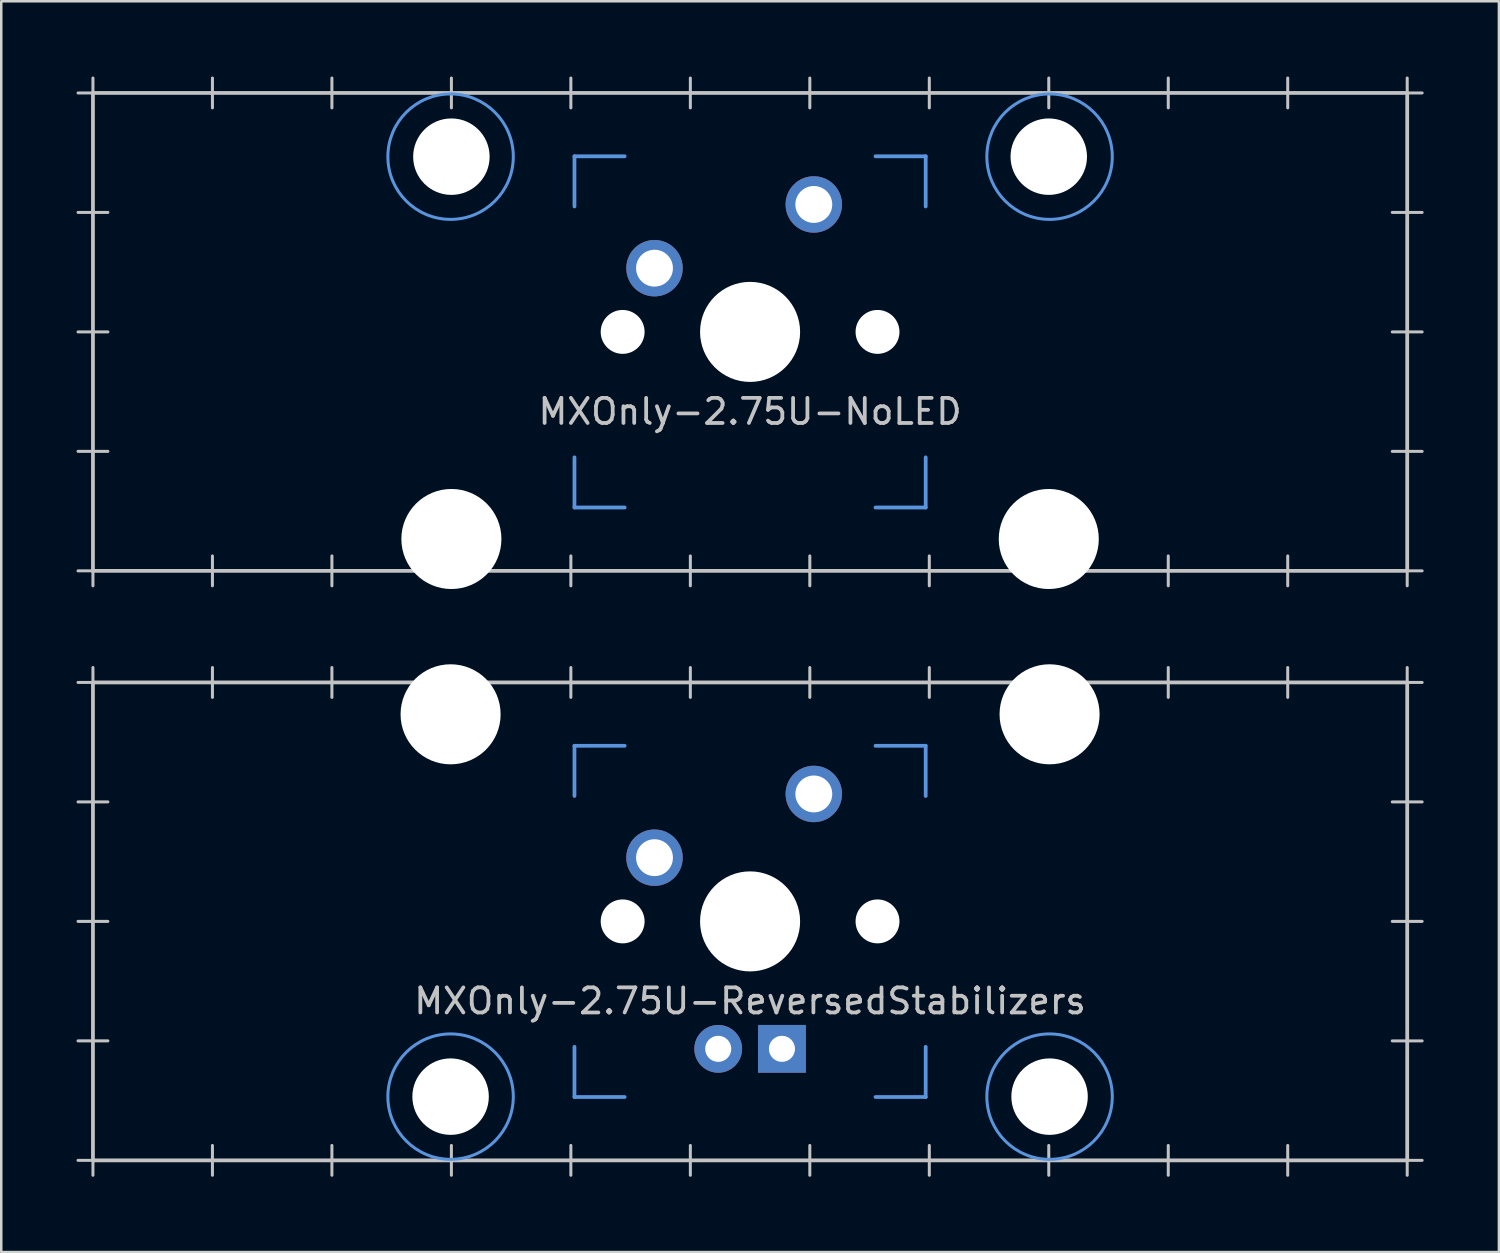
<source format=kicad_pcb>
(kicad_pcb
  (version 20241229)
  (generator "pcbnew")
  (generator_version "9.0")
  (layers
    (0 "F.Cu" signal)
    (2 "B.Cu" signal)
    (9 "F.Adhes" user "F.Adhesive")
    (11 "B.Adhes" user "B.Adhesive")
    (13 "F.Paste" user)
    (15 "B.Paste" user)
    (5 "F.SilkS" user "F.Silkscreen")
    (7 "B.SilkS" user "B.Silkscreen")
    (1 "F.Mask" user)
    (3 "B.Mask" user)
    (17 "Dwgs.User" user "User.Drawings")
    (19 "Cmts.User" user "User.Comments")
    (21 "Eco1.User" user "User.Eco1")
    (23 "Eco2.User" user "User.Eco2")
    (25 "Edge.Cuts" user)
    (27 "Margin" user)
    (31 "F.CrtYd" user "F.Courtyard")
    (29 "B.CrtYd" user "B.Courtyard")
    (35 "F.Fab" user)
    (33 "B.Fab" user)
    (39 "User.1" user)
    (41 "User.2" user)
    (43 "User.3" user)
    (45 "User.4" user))
  (footprint "MXOnly-2.75U-ReversedStabilizers"
    (layer "F.Cu")
    (at 26.849 33.678)
    (property "Reference" "MXOnly-2.75U-ReversedStabilizers" (at 0 3.175 0) (layer "Dwgs.User") (effects (font (size 1 1) (thickness 0.15))))
    (attr through_hole)
    (fp_line (start -26.789 -9.525) (end -26.194 -9.525) (stroke (width 0.12) (type solid)) (layer "Dwgs.User"))
    (fp_line (start -26.789 -0.000008) (end -25.598 -0.000008) (stroke (width 0.12) (type solid)) (layer "Dwgs.User"))
    (fp_line (start -26.789 4.762) (end -25.598 4.762) (stroke (width 0.12) (type solid)) (layer "Dwgs.User"))
    (fp_line (start -26.789 9.525) (end -26.194 9.525) (stroke (width 0.12) (type solid)) (layer "Dwgs.User"))
    (fp_line (start -26.194 10.12) (end -26.194 9.525) (stroke (width 0.12) (type solid)) (layer "Dwgs.User"))
    (fp_line (start -26.194 -10.12) (end -26.194 -9.525) (stroke (width 0.12) (type solid)) (layer "Dwgs.User"))
    (fp_line (start -26.194 -9.525) (end 26.194 -9.525) (stroke (width 0.15) (type solid)) (layer "Dwgs.User"))
    (fp_line (start -26.194 9.525) (end -26.194 -9.525) (stroke (width 0.15) (type solid)) (layer "Dwgs.User"))
    (fp_line (start -26.194 9.525) (end 26.194 9.525) (stroke (width 0.15) (type solid)) (layer "Dwgs.User"))
    (fp_line (start -25.598 -4.763) (end -26.789 -4.763) (stroke (width 0.12) (type solid)) (layer "Dwgs.User"))
    (fp_line (start -21.431 8.93) (end -21.431 10.12) (stroke (width 0.12) (type solid)) (layer "Dwgs.User"))
    (fp_line (start -21.431 -10.12) (end -21.431 -8.93) (stroke (width 0.12) (type solid)) (layer "Dwgs.User"))
    (fp_line (start -16.669 8.93) (end -16.669 10.12) (stroke (width 0.12) (type solid)) (layer "Dwgs.User"))
    (fp_line (start -16.669 -10.12) (end -16.669 -8.93) (stroke (width 0.12) (type solid)) (layer "Dwgs.User"))
    (fp_line (start -11.906 10.12) (end -11.906 8.93) (stroke (width 0.12) (type solid)) (layer "Dwgs.User"))
    (fp_line (start -11.906 -8.93) (end -11.906 -10.12) (stroke (width 0.12) (type solid)) (layer "Dwgs.User"))
    (fp_line (start -7.144 8.93) (end -7.144 10.12) (stroke (width 0.12) (type solid)) (layer "Dwgs.User"))
    (fp_line (start -7.144 -10.12) (end -7.144 -8.93) (stroke (width 0.12) (type solid)) (layer "Dwgs.User"))
    (fp_line (start -2.381 10.12) (end -2.381 8.93) (stroke (width 0.12) (type solid)) (layer "Dwgs.User"))
    (fp_line (start -2.381 -8.93) (end -2.381 -10.12) (stroke (width 0.12) (type solid)) (layer "Dwgs.User"))
    (fp_line (start 2.381 8.93) (end 2.381 10.12) (stroke (width 0.12) (type solid)) (layer "Dwgs.User"))
    (fp_line (start 2.381 -10.12) (end 2.381 -8.93) (stroke (width 0.12) (type solid)) (layer "Dwgs.User"))
    (fp_line (start 7.144 10.12) (end 7.144 8.93) (stroke (width 0.12) (type solid)) (layer "Dwgs.User"))
    (fp_line (start 7.144 -8.93) (end 7.144 -10.12) (stroke (width 0.12) (type solid)) (layer "Dwgs.User"))
    (fp_line (start 11.906 10.12) (end 11.906 8.93) (stroke (width 0.12) (type solid)) (layer "Dwgs.User"))
    (fp_line (start 11.906 -8.93) (end 11.906 -10.12) (stroke (width 0.12) (type solid)) (layer "Dwgs.User"))
    (fp_line (start 16.669 8.93) (end 16.669 10.12) (stroke (width 0.12) (type solid)) (layer "Dwgs.User"))
    (fp_line (start 16.669 -8.93) (end 16.669 -10.12) (stroke (width 0.12) (type solid)) (layer "Dwgs.User"))
    (fp_line (start 21.431 8.93) (end 21.431 10.12) (stroke (width 0.12) (type solid)) (layer "Dwgs.User"))
    (fp_line (start 21.431 -8.93) (end 21.431 -10.12) (stroke (width 0.12) (type solid)) (layer "Dwgs.User"))
    (fp_line (start 25.598 4.763) (end 26.789 4.763) (stroke (width 0.12) (type solid)) (layer "Dwgs.User"))
    (fp_line (start 26.194 -9.525) (end 26.194 9.525) (stroke (width 0.15) (type solid)) (layer "Dwgs.User"))
    (fp_line (start 26.194 10.12) (end 26.194 9.525) (stroke (width 0.12) (type solid)) (layer "Dwgs.User"))
    (fp_line (start 26.194 -10.12) (end 26.194 -9.525) (stroke (width 0.12) (type solid)) (layer "Dwgs.User"))
    (fp_line (start 26.789 -9.525) (end 26.194 -9.525) (stroke (width 0.12) (type solid)) (layer "Dwgs.User"))
    (fp_line (start 26.789 -4.763) (end 25.598 -4.763) (stroke (width 0.12) (type solid)) (layer "Dwgs.User"))
    (fp_line (start 26.789 0) (end 25.598 0) (stroke (width 0.12) (type solid)) (layer "Dwgs.User"))
    (fp_line (start 26.789 9.525) (end 26.194 9.525) (stroke (width 0.12) (type solid)) (layer "Dwgs.User"))
    (fp_line (start -7 -7) (end -7 -5) (stroke (width 0.15) (type solid)) (layer "Cmts.User"))
    (fp_line (start -7 7) (end -7 5) (stroke (width 0.15) (type solid)) (layer "Cmts.User"))
    (fp_line (start -5 -7) (end -7 -7) (stroke (width 0.15) (type solid)) (layer "Cmts.User"))
    (fp_line (start -5 7) (end -7 7) (stroke (width 0.15) (type solid)) (layer "Cmts.User"))
    (fp_line (start 5 -7) (end 7 -7) (stroke (width 0.15) (type solid)) (layer "Cmts.User"))
    (fp_line (start 7 -7) (end 7 -5) (stroke (width 0.15) (type solid)) (layer "Cmts.User"))
    (fp_line (start 7 5) (end 7 7) (stroke (width 0.15) (type solid)) (layer "Cmts.User"))
    (fp_line (start 7 7) (end 5 7) (stroke (width 0.15) (type solid)) (layer "Cmts.User"))
    (fp_circle (center -11.938 6.985) (end -14.438 6.985) (stroke (width 0.12) (type solid)) (fill no) (layer "Cmts.User"))
    (fp_circle (center 11.938 6.985) (end 9.438 6.985) (stroke (width 0.12) (type solid)) (fill no) (layer "Cmts.User"))
    (pad "" np_thru_hole circle (at -11.938 -8.255) (size 3.988 3.988) (drill 3.988) (layers "*.Cu" "*.Mask"))
    (pad "" np_thru_hole circle (at -11.938 6.985) (size 3.048 3.048) (drill 3.048) (layers "*.Cu" "*.Mask"))
    (pad "" np_thru_hole circle (at -5.08 0 48.1) (size 1.75 1.75) (drill 1.75) (layers "*.Cu" "*.Mask"))
    (pad "" np_thru_hole circle (at 0 0) (size 3.988 3.988) (drill 3.988) (layers "*.Cu" "*.Mask"))
    (pad "" np_thru_hole circle (at 5.08 0 48.1) (size 1.75 1.75) (drill 1.75) (layers "*.Cu" "*.Mask"))
    (pad "" np_thru_hole circle (at 11.938 -8.255) (size 3.988 3.988) (drill 3.988) (layers "*.Cu" "*.Mask"))
    (pad "" np_thru_hole circle (at 11.938 6.985) (size 3.048 3.048) (drill 3.048) (layers "*.Cu" "*.Mask"))
    (pad "1" thru_hole circle (at -3.81 -2.54) (size 2.25 2.25) (drill 1.47) (layers "*.Cu" "B.Mask"))
    (pad "2" thru_hole circle (at 2.54 -5.08) (size 2.25 2.25) (drill 1.47) (layers "*.Cu" "B.Mask"))
    (pad "3" thru_hole circle (at -1.27 5.08) (size 1.905 1.905) (drill 1.04) (layers "*.Cu" "B.Mask"))
    (pad "4" thru_hole rect (at 1.27 5.08) (size 1.905 1.905) (drill 1.04) (layers "*.Cu" "B.Mask")))
  (footprint "MXOnly-2.75U-NoLED"
    (layer "F.Cu")
    (at 26.849 10.18)
    (property "Reference" "MXOnly-2.75U-NoLED" (at 0 3.175 0) (layer "Dwgs.User") (effects (font (size 1 1) (thickness 0.15))))
    (attr through_hole)
    (fp_line (start -26.789 -9.525) (end -26.194 -9.525) (stroke (width 0.12) (type solid)) (layer "Dwgs.User"))
    (fp_line (start -26.789 -0.000008) (end -25.598 -0.000008) (stroke (width 0.12) (type solid)) (layer "Dwgs.User"))
    (fp_line (start -26.789 4.762) (end -25.598 4.762) (stroke (width 0.12) (type solid)) (layer "Dwgs.User"))
    (fp_line (start -26.789 9.525) (end -26.194 9.525) (stroke (width 0.12) (type solid)) (layer "Dwgs.User"))
    (fp_line (start -26.194 10.12) (end -26.194 9.525) (stroke (width 0.12) (type solid)) (layer "Dwgs.User"))
    (fp_line (start -26.194 -10.12) (end -26.194 -9.525) (stroke (width 0.12) (type solid)) (layer "Dwgs.User"))
    (fp_line (start -26.194 -9.525) (end 26.194 -9.525) (stroke (width 0.15) (type solid)) (layer "Dwgs.User"))
    (fp_line (start -26.194 9.525) (end -26.194 -9.525) (stroke (width 0.15) (type solid)) (layer "Dwgs.User"))
    (fp_line (start -26.194 9.525) (end 26.194 9.525) (stroke (width 0.15) (type solid)) (layer "Dwgs.User"))
    (fp_line (start -25.598 -4.763) (end -26.789 -4.763) (stroke (width 0.12) (type solid)) (layer "Dwgs.User"))
    (fp_line (start -21.431 8.93) (end -21.431 10.12) (stroke (width 0.12) (type solid)) (layer "Dwgs.User"))
    (fp_line (start -21.431 -10.12) (end -21.431 -8.93) (stroke (width 0.12) (type solid)) (layer "Dwgs.User"))
    (fp_line (start -16.669 8.93) (end -16.669 10.12) (stroke (width 0.12) (type solid)) (layer "Dwgs.User"))
    (fp_line (start -16.669 -10.12) (end -16.669 -8.93) (stroke (width 0.12) (type solid)) (layer "Dwgs.User"))
    (fp_line (start -11.906 10.12) (end -11.906 8.93) (stroke (width 0.12) (type solid)) (layer "Dwgs.User"))
    (fp_line (start -11.906 -8.93) (end -11.906 -10.12) (stroke (width 0.12) (type solid)) (layer "Dwgs.User"))
    (fp_line (start -7.144 8.93) (end -7.144 10.12) (stroke (width 0.12) (type solid)) (layer "Dwgs.User"))
    (fp_line (start -7.144 -10.12) (end -7.144 -8.93) (stroke (width 0.12) (type solid)) (layer "Dwgs.User"))
    (fp_line (start -2.381 10.12) (end -2.381 8.93) (stroke (width 0.12) (type solid)) (layer "Dwgs.User"))
    (fp_line (start -2.381 -8.93) (end -2.381 -10.12) (stroke (width 0.12) (type solid)) (layer "Dwgs.User"))
    (fp_line (start 2.381 8.93) (end 2.381 10.12) (stroke (width 0.12) (type solid)) (layer "Dwgs.User"))
    (fp_line (start 2.381 -10.12) (end 2.381 -8.93) (stroke (width 0.12) (type solid)) (layer "Dwgs.User"))
    (fp_line (start 7.144 10.12) (end 7.144 8.93) (stroke (width 0.12) (type solid)) (layer "Dwgs.User"))
    (fp_line (start 7.144 -8.93) (end 7.144 -10.12) (stroke (width 0.12) (type solid)) (layer "Dwgs.User"))
    (fp_line (start 11.906 10.12) (end 11.906 8.93) (stroke (width 0.12) (type solid)) (layer "Dwgs.User"))
    (fp_line (start 11.906 -8.93) (end 11.906 -10.12) (stroke (width 0.12) (type solid)) (layer "Dwgs.User"))
    (fp_line (start 16.669 8.93) (end 16.669 10.12) (stroke (width 0.12) (type solid)) (layer "Dwgs.User"))
    (fp_line (start 16.669 -8.93) (end 16.669 -10.12) (stroke (width 0.12) (type solid)) (layer "Dwgs.User"))
    (fp_line (start 21.431 8.93) (end 21.431 10.12) (stroke (width 0.12) (type solid)) (layer "Dwgs.User"))
    (fp_line (start 21.431 -8.93) (end 21.431 -10.12) (stroke (width 0.12) (type solid)) (layer "Dwgs.User"))
    (fp_line (start 25.598 4.763) (end 26.789 4.763) (stroke (width 0.12) (type solid)) (layer "Dwgs.User"))
    (fp_line (start 26.194 -9.525) (end 26.194 9.525) (stroke (width 0.15) (type solid)) (layer "Dwgs.User"))
    (fp_line (start 26.194 10.12) (end 26.194 9.525) (stroke (width 0.12) (type solid)) (layer "Dwgs.User"))
    (fp_line (start 26.194 -10.12) (end 26.194 -9.525) (stroke (width 0.12) (type solid)) (layer "Dwgs.User"))
    (fp_line (start 26.789 -9.525) (end 26.194 -9.525) (stroke (width 0.12) (type solid)) (layer "Dwgs.User"))
    (fp_line (start 26.789 -4.763) (end 25.598 -4.763) (stroke (width 0.12) (type solid)) (layer "Dwgs.User"))
    (fp_line (start 26.789 0) (end 25.598 0) (stroke (width 0.12) (type solid)) (layer "Dwgs.User"))
    (fp_line (start 26.789 9.525) (end 26.194 9.525) (stroke (width 0.12) (type solid)) (layer "Dwgs.User"))
    (fp_line (start -7 -7) (end -7 -5) (stroke (width 0.15) (type solid)) (layer "Cmts.User"))
    (fp_line (start -7 7) (end -7 5) (stroke (width 0.15) (type solid)) (layer "Cmts.User"))
    (fp_line (start -5 -7) (end -7 -7) (stroke (width 0.15) (type solid)) (layer "Cmts.User"))
    (fp_line (start -5 7) (end -7 7) (stroke (width 0.15) (type solid)) (layer "Cmts.User"))
    (fp_line (start 5 -7) (end 7 -7) (stroke (width 0.15) (type solid)) (layer "Cmts.User"))
    (fp_line (start 7 -7) (end 7 -5) (stroke (width 0.15) (type solid)) (layer "Cmts.User"))
    (fp_line (start 7 5) (end 7 7) (stroke (width 0.15) (type solid)) (layer "Cmts.User"))
    (fp_line (start 7 7) (end 5 7) (stroke (width 0.15) (type solid)) (layer "Cmts.User"))
    (fp_circle (center -11.938 -6.985) (end -9.438 -6.985) (stroke (width 0.12) (type solid)) (fill no) (layer "Cmts.User"))
    (fp_circle (center 11.938 -6.985) (end 14.438 -6.985) (stroke (width 0.12) (type solid)) (fill no) (layer "Cmts.User"))
    (pad "" np_thru_hole circle (at -11.906 -6.985) (size 3.048 3.048) (drill 3.048) (layers "*.Cu" "*.Mask"))
    (pad "" np_thru_hole circle (at -11.906 8.255) (size 3.988 3.988) (drill 3.988) (layers "*.Cu" "*.Mask"))
    (pad "" np_thru_hole circle (at -5.08 0 48.1) (size 1.75 1.75) (drill 1.75) (layers "*.Cu" "*.Mask"))
    (pad "" np_thru_hole circle (at 0 0) (size 3.988 3.988) (drill 3.988) (layers "*.Cu" "*.Mask"))
    (pad "" np_thru_hole circle (at 5.08 0 48.1) (size 1.75 1.75) (drill 1.75) (layers "*.Cu" "*.Mask"))
    (pad "" np_thru_hole circle (at 11.906 -6.985) (size 3.048 3.048) (drill 3.048) (layers "*.Cu" "*.Mask"))
    (pad "" np_thru_hole circle (at 11.906 8.255) (size 3.988 3.988) (drill 3.988) (layers "*.Cu" "*.Mask"))
    (pad "1" thru_hole circle (at -3.81 -2.54) (size 2.25 2.25) (drill 1.47) (layers "*.Cu" "B.Mask"))
    (pad "2" thru_hole circle (at 2.54 -5.08) (size 2.25 2.25) (drill 1.47) (layers "*.Cu" "B.Mask")))
  (gr_rect
    (start -3 -3)
    (end 56.698 46.858)
    (stroke (width 0.1) (type default))
    (fill no)
    (layer "Edge.Cuts")))
</source>
